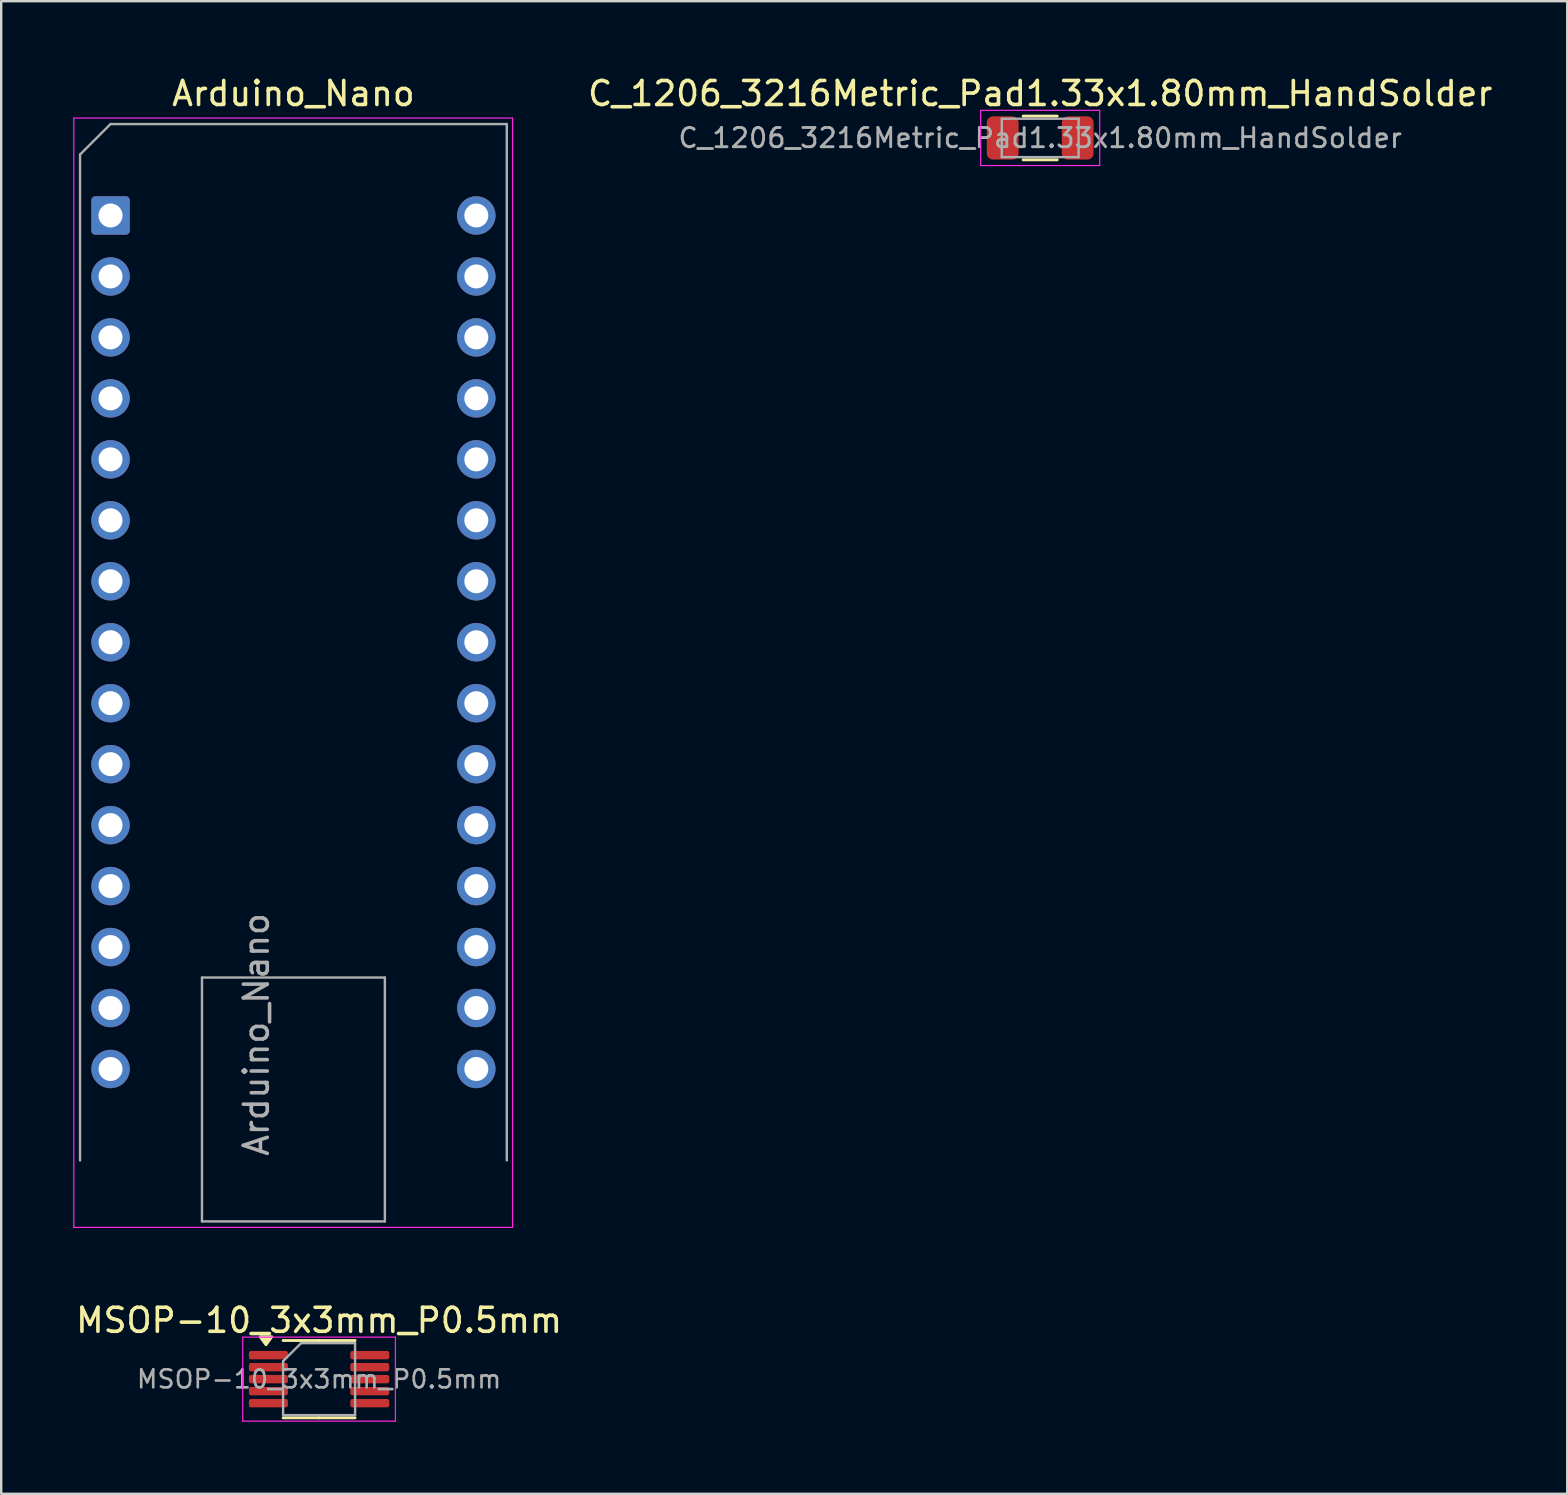
<source format=kicad_pcb>
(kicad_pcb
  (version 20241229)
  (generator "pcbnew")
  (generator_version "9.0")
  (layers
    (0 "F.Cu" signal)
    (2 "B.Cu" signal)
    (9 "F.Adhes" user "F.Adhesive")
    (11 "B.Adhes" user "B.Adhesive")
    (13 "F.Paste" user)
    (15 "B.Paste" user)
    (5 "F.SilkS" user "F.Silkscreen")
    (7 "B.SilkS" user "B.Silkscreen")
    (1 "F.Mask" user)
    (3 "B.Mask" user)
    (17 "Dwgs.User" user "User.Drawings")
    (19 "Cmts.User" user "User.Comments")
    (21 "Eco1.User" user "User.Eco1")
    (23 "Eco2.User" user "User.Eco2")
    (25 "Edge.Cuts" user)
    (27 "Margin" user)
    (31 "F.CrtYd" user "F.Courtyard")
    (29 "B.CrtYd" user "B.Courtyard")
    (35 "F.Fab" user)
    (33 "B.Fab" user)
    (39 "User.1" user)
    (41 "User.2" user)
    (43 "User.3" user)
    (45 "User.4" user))
  (footprint "MSOP-10_3x3mm_P0.5mm"
    (layer "F.Cu")
    (at 10.244 54.411)
    (property "Reference" "MSOP-10_3x3mm_P0.5mm" (at 0 -2.45 180) (layer "F.SilkS") (effects (font (size 1 1) (thickness 0.15))))
    (attr smd)
    (fp_line (start 0 -1.61) (end -1.5 -1.61) (stroke (width 0.12) (type solid)) (layer "F.SilkS"))
    (fp_line (start 0 -1.61) (end 1.5 -1.61) (stroke (width 0.12) (type solid)) (layer "F.SilkS"))
    (fp_line (start 0 1.61) (end -1.5 1.61) (stroke (width 0.12) (type solid)) (layer "F.SilkS"))
    (fp_line (start 0 1.61) (end 1.5 1.61) (stroke (width 0.12) (type solid)) (layer "F.SilkS"))
    (fp_poly (pts (xy -2.212 -1.435) (xy -2.453 -1.765) (xy -1.972 -1.765) (xy -2.212 -1.435)) (stroke (width 0.12) (type solid)) (fill yes) (layer "F.SilkS"))
    (fp_line (start -3.18 -1.75) (end -3.18 1.75) (stroke (width 0.05) (type solid)) (layer "F.CrtYd"))
    (fp_line (start -3.18 1.75) (end 3.18 1.75) (stroke (width 0.05) (type solid)) (layer "F.CrtYd"))
    (fp_line (start 3.18 -1.75) (end -3.18 -1.75) (stroke (width 0.05) (type solid)) (layer "F.CrtYd"))
    (fp_line (start 3.18 1.75) (end 3.18 -1.75) (stroke (width 0.05) (type solid)) (layer "F.CrtYd"))
    (fp_line (start -1.5 -0.75) (end -0.75 -1.5) (stroke (width 0.1) (type solid)) (layer "F.Fab"))
    (fp_line (start -1.5 1.5) (end -1.5 -0.75) (stroke (width 0.1) (type solid)) (layer "F.Fab"))
    (fp_line (start -0.75 -1.5) (end 1.5 -1.5) (stroke (width 0.1) (type solid)) (layer "F.Fab"))
    (fp_line (start 1.5 -1.5) (end 1.5 1.5) (stroke (width 0.1) (type solid)) (layer "F.Fab"))
    (fp_line (start 1.5 1.5) (end -1.5 1.5) (stroke (width 0.1) (type solid)) (layer "F.Fab"))
    (fp_text user "${REFERENCE}" (at 0 0 180) (layer "F.Fab") (effects (font (size 0.75 0.75) (thickness 0.11))))
    (pad "1" smd roundrect (at -2.112 -1 180) (size 1.625 0.35) (layers "F.Cu" "F.Mask" "F.Paste") (roundrect_rratio 0.25))
    (pad "2" smd roundrect (at -2.112 -0.5 180) (size 1.625 0.35) (layers "F.Cu" "F.Mask" "F.Paste") (roundrect_rratio 0.25))
    (pad "3" smd roundrect (at -2.112 0 180) (size 1.625 0.35) (layers "F.Cu" "F.Mask" "F.Paste") (roundrect_rratio 0.25))
    (pad "4" smd roundrect (at -2.112 0.5 180) (size 1.625 0.35) (layers "F.Cu" "F.Mask" "F.Paste") (roundrect_rratio 0.25))
    (pad "5" smd roundrect (at -2.112 1 180) (size 1.625 0.35) (layers "F.Cu" "F.Mask" "F.Paste") (roundrect_rratio 0.25))
    (pad "6" smd roundrect (at 2.112 1 180) (size 1.625 0.35) (layers "F.Cu" "F.Mask" "F.Paste") (roundrect_rratio 0.25))
    (pad "7" smd roundrect (at 2.112 0.5 180) (size 1.625 0.35) (layers "F.Cu" "F.Mask" "F.Paste") (roundrect_rratio 0.25))
    (pad "8" smd roundrect (at 2.112 0 180) (size 1.625 0.35) (layers "F.Cu" "F.Mask" "F.Paste") (roundrect_rratio 0.25))
    (pad "9" smd roundrect (at 2.112 -0.5 180) (size 1.625 0.35) (layers "F.Cu" "F.Mask" "F.Paste") (roundrect_rratio 0.25))
    (pad "10" smd roundrect (at 2.112 -1 180) (size 1.625 0.35) (layers "F.Cu" "F.Mask" "F.Paste") (roundrect_rratio 0.25)))
  (footprint "C_1206_3216Metric_Pad1.33x1.80mm_HandSolder"
    (layer "F.Cu")
    (at 40.288 2.698)
    (property "Reference" "C_1206_3216Metric_Pad1.33x1.80mm_HandSolder" (at 0 -1.85 180) (layer "F.SilkS") (effects (font (size 1 1) (thickness 0.15))))
    (attr smd)
    (fp_line (start -0.711 -0.91) (end 0.711 -0.91) (stroke (width 0.12) (type solid)) (layer "F.SilkS"))
    (fp_line (start -0.711 0.91) (end 0.711 0.91) (stroke (width 0.12) (type solid)) (layer "F.SilkS"))
    (fp_line (start -2.48 -1.15) (end 2.48 -1.15) (stroke (width 0.05) (type solid)) (layer "F.CrtYd"))
    (fp_line (start -2.48 1.15) (end -2.48 -1.15) (stroke (width 0.05) (type solid)) (layer "F.CrtYd"))
    (fp_line (start 2.48 -1.15) (end 2.48 1.15) (stroke (width 0.05) (type solid)) (layer "F.CrtYd"))
    (fp_line (start 2.48 1.15) (end -2.48 1.15) (stroke (width 0.05) (type solid)) (layer "F.CrtYd"))
    (fp_line (start -1.6 -0.8) (end 1.6 -0.8) (stroke (width 0.1) (type solid)) (layer "F.Fab"))
    (fp_line (start -1.6 0.8) (end -1.6 -0.8) (stroke (width 0.1) (type solid)) (layer "F.Fab"))
    (fp_line (start 1.6 -0.8) (end 1.6 0.8) (stroke (width 0.1) (type solid)) (layer "F.Fab"))
    (fp_line (start 1.6 0.8) (end -1.6 0.8) (stroke (width 0.1) (type solid)) (layer "F.Fab"))
    (fp_text user "${REFERENCE}" (at 0 0 180) (layer "F.Fab") (effects (font (size 0.8 0.8) (thickness 0.12))))
    (pad "1" smd roundrect (at -1.562 0 180) (size 1.325 1.8) (layers "F.Cu" "F.Mask" "F.Paste") (roundrect_rratio 0.189))
    (pad "2" smd roundrect (at 1.562 0 180) (size 1.325 1.8) (layers "F.Cu" "F.Mask" "F.Paste") (roundrect_rratio 0.189)))
  (footprint "Arduino_Nano"
    (layer "F.Cu")
    (at 1.555 5.928)
    (property "Reference" "Arduino_Nano" (at 7.62 -5.08 180) (layer "F.SilkS") (effects (font (size 1 1) (thickness 0.15))))
    (attr through_hole)
    (fp_line (start -1.53 -4.06) (end -1.53 42.16) (stroke (width 0.05) (type solid)) (layer "F.CrtYd"))
    (fp_line (start -1.53 -4.06) (end 16.75 -4.06) (stroke (width 0.05) (type solid)) (layer "F.CrtYd"))
    (fp_line (start 16.75 42.16) (end -1.53 42.16) (stroke (width 0.05) (type solid)) (layer "F.CrtYd"))
    (fp_line (start 16.75 42.16) (end 16.75 -4.06) (stroke (width 0.05) (type solid)) (layer "F.CrtYd"))
    (fp_line (start -1.27 -2.54) (end 0 -3.81) (stroke (width 0.1) (type solid)) (layer "F.Fab"))
    (fp_line (start -1.27 39.37) (end -1.27 -2.54) (stroke (width 0.1) (type solid)) (layer "F.Fab"))
    (fp_line (start 0 -3.81) (end 16.51 -3.81) (stroke (width 0.1) (type solid)) (layer "F.Fab"))
    (fp_line (start 3.81 31.75) (end 11.43 31.75) (stroke (width 0.1) (type solid)) (layer "F.Fab"))
    (fp_line (start 3.81 41.91) (end 3.81 31.75) (stroke (width 0.1) (type solid)) (layer "F.Fab"))
    (fp_line (start 11.43 31.75) (end 11.43 41.91) (stroke (width 0.1) (type solid)) (layer "F.Fab"))
    (fp_line (start 11.43 41.91) (end 3.81 41.91) (stroke (width 0.1) (type solid)) (layer "F.Fab"))
    (fp_line (start 16.51 -3.81) (end 16.51 39.37) (stroke (width 0.1) (type solid)) (layer "F.Fab"))
    (fp_text user "${REFERENCE}" (at 6.076 34.121 270) (layer "F.Fab") (effects (font (size 1 1) (thickness 0.15))))
    (pad "1" thru_hole roundrect (at 0 0) (size 1.6 1.6) (drill 1) (layers "*.Cu" "*.Mask") (roundrect_rratio 0.1))
    (pad "2" thru_hole oval (at 0 2.54) (size 1.6 1.6) (drill 1) (layers "*.Cu" "*.Mask"))
    (pad "3" thru_hole oval (at 0 5.08) (size 1.6 1.6) (drill 1) (layers "*.Cu" "*.Mask"))
    (pad "4" thru_hole oval (at 0 7.62) (size 1.6 1.6) (drill 1) (layers "*.Cu" "*.Mask"))
    (pad "5" thru_hole oval (at 0 10.16) (size 1.6 1.6) (drill 1) (layers "*.Cu" "*.Mask"))
    (pad "6" thru_hole oval (at 0 12.7) (size 1.6 1.6) (drill 1) (layers "*.Cu" "*.Mask"))
    (pad "7" thru_hole oval (at 0 15.24) (size 1.6 1.6) (drill 1) (layers "*.Cu" "*.Mask"))
    (pad "8" thru_hole oval (at 0 17.78) (size 1.6 1.6) (drill 1) (layers "*.Cu" "*.Mask"))
    (pad "9" thru_hole oval (at 0 20.32) (size 1.6 1.6) (drill 1) (layers "*.Cu" "*.Mask"))
    (pad "10" thru_hole oval (at 0 22.86) (size 1.6 1.6) (drill 1) (layers "*.Cu" "*.Mask"))
    (pad "11" thru_hole oval (at 0 25.4) (size 1.6 1.6) (drill 1) (layers "*.Cu" "*.Mask"))
    (pad "12" thru_hole oval (at 0 27.94) (size 1.6 1.6) (drill 1) (layers "*.Cu" "*.Mask"))
    (pad "13" thru_hole oval (at 0 30.48) (size 1.6 1.6) (drill 1) (layers "*.Cu" "*.Mask"))
    (pad "14" thru_hole oval (at 0 33.02) (size 1.6 1.6) (drill 1) (layers "*.Cu" "*.Mask"))
    (pad "15" thru_hole oval (at 0 35.56) (size 1.6 1.6) (drill 1) (layers "*.Cu" "*.Mask"))
    (pad "16" thru_hole oval (at 15.24 35.56) (size 1.6 1.6) (drill 1) (layers "*.Cu" "*.Mask"))
    (pad "17" thru_hole oval (at 15.24 33.02) (size 1.6 1.6) (drill 1) (layers "*.Cu" "*.Mask"))
    (pad "18" thru_hole oval (at 15.24 30.48) (size 1.6 1.6) (drill 1) (layers "*.Cu" "*.Mask"))
    (pad "19" thru_hole oval (at 15.24 27.94) (size 1.6 1.6) (drill 1) (layers "*.Cu" "*.Mask"))
    (pad "20" thru_hole oval (at 15.24 25.4) (size 1.6 1.6) (drill 1) (layers "*.Cu" "*.Mask"))
    (pad "21" thru_hole oval (at 15.24 22.86) (size 1.6 1.6) (drill 1) (layers "*.Cu" "*.Mask"))
    (pad "22" thru_hole oval (at 15.24 20.32) (size 1.6 1.6) (drill 1) (layers "*.Cu" "*.Mask"))
    (pad "23" thru_hole oval (at 15.24 17.78) (size 1.6 1.6) (drill 1) (layers "*.Cu" "*.Mask"))
    (pad "24" thru_hole oval (at 15.24 15.24) (size 1.6 1.6) (drill 1) (layers "*.Cu" "*.Mask"))
    (pad "25" thru_hole oval (at 15.24 12.7) (size 1.6 1.6) (drill 1) (layers "*.Cu" "*.Mask"))
    (pad "26" thru_hole oval (at 15.24 10.16) (size 1.6 1.6) (drill 1) (layers "*.Cu" "*.Mask"))
    (pad "27" thru_hole oval (at 15.24 7.62) (size 1.6 1.6) (drill 1) (layers "*.Cu" "*.Mask"))
    (pad "28" thru_hole oval (at 15.24 5.08) (size 1.6 1.6) (drill 1) (layers "*.Cu" "*.Mask"))
    (pad "29" thru_hole oval (at 15.24 2.54) (size 1.6 1.6) (drill 1) (layers "*.Cu" "*.Mask"))
    (pad "30" thru_hole oval (at 15.24 0) (size 1.6 1.6) (drill 1) (layers "*.Cu" "*.Mask")))
  (gr_rect
    (start -3 -3)
    (end 62.247 59.187)
    (stroke (width 0.1) (type default))
    (fill no)
    (layer "Edge.Cuts")))
</source>
